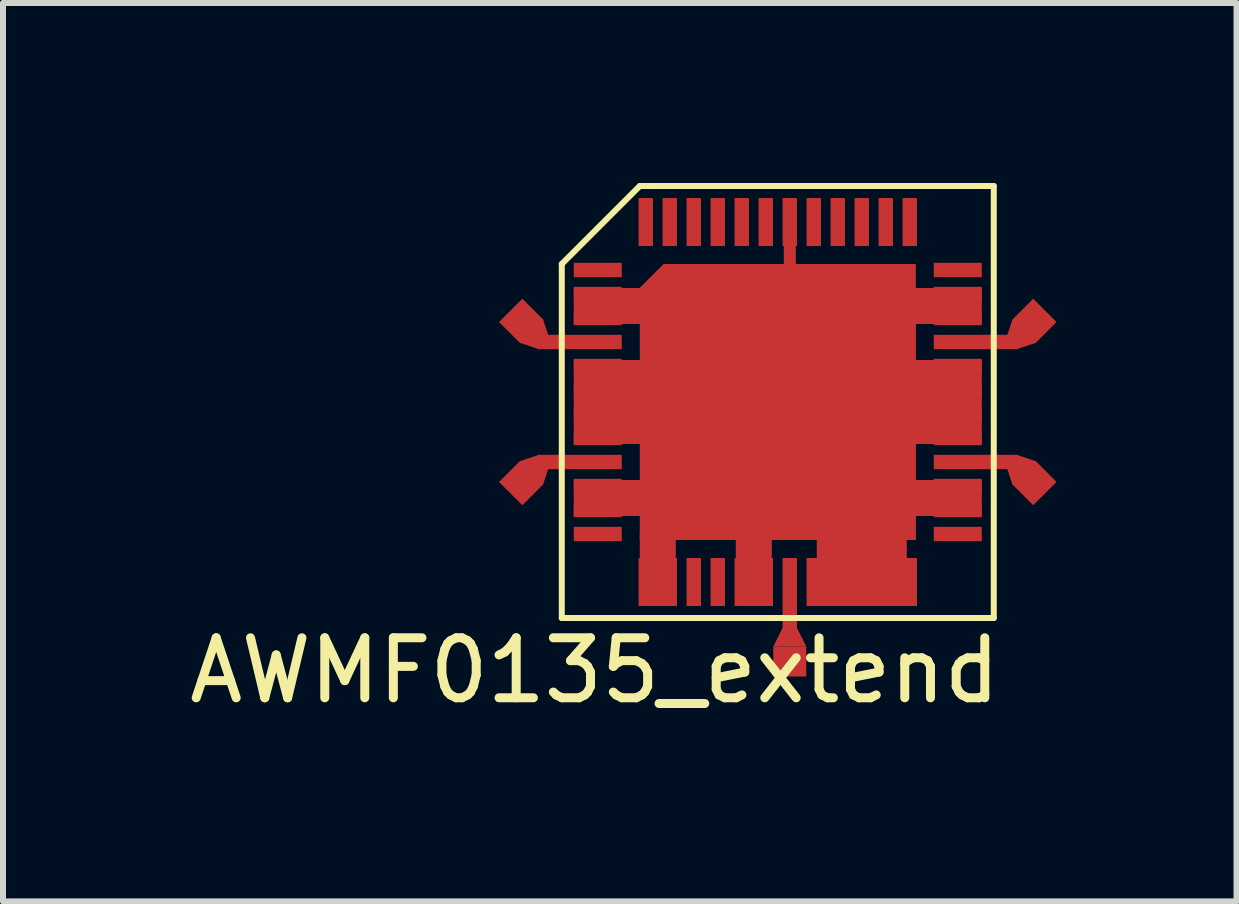
<source format=kicad_pcb>
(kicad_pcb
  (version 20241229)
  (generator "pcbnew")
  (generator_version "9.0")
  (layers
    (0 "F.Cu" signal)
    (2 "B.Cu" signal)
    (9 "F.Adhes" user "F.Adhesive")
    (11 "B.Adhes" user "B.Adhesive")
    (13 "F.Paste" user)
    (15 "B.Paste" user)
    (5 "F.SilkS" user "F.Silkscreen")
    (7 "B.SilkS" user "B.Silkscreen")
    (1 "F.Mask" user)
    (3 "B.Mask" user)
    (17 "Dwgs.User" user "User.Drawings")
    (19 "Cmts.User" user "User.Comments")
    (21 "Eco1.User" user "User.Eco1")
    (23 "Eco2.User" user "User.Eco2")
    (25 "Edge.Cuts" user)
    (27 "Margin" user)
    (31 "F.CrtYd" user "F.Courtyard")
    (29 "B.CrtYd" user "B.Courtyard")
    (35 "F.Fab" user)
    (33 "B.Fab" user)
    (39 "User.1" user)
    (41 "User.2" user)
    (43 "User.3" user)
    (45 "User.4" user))
  (footprint "AWMF0135_extend"
    (layer "F.Cu")
    (at 9.913 3.65)
    (property "Reference" "AWMF0135_extend" (at -3.05 4.475 0) (layer "F.SilkS") (effects (font (size 1 1) (thickness 0.15))))
    (attr through_hole)
    (fp_line (start -3.6 -2.3) (end -3.6 3.6) (stroke (width 0.1) (type solid)) (layer "F.SilkS"))
    (fp_line (start -3.6 3.6) (end 3.6 3.6) (stroke (width 0.1) (type solid)) (layer "F.SilkS"))
    (fp_line (start -2.3 -3.6) (end -3.6 -2.3) (stroke (width 0.1) (type solid)) (layer "F.SilkS"))
    (fp_line (start 3.6 -3.6) (end -2.3 -3.6) (stroke (width 0.1) (type solid)) (layer "F.SilkS"))
    (fp_line (start 3.6 3.6) (end 3.6 -3.6) (stroke (width 0.1) (type solid)) (layer "F.SilkS"))
    (pad "1" smd rect (at -3 -2.2) (size 0.8 0.24) (layers "F.Cu" "F.Mask" "F.Paste"))
    (pad "2" smd rect (at -3 -1.8) (size 0.8 0.24) (layers "F.Cu" "F.Mask" "F.Paste"))
    (pad "2" smd rect (at -2.8 -1.6) (size 1.2 0.6) (layers "F.Cu"))
    (pad "2" smd rect (at -2.8 0) (size 1.2 1.4) (layers "F.Cu"))
    (pad "2" smd rect (at -2.8 1.6) (size 1.2 0.6) (layers "F.Cu"))
    (pad "2" smd rect (at -2 2.8) (size 0.6 1.2) (layers "F.Cu"))
    (pad "2" smd rect (at -1.9 -1.9 45) (size 0.57 0.57) (layers "F.Cu" "F.Mask" "F.Paste"))
    (pad "2" smd rect (at -0.4 2.8) (size 0.6 1.2) (layers "F.Cu"))
    (pad "2" smd rect (at 0 0.2) (size 4.6 4.2) (layers "F.Cu" "F.Mask" "F.Paste"))
    (pad "2" smd rect (at 0.2 0) (size 4.2 4.6) (layers "F.Cu" "F.Mask" "F.Paste"))
    (pad "2" smd rect (at 1.4 2.8) (size 1.5 1.2) (layers "F.Cu"))
    (pad "2" smd rect (at 2.8 -1.6) (size 1.2 0.6) (layers "F.Cu"))
    (pad "2" smd rect (at 2.8 0) (size 1.2 1.4) (layers "F.Cu"))
    (pad "2" smd rect (at 2.8 1.6) (size 1.2 0.6) (layers "F.Cu"))
    (pad "3" smd rect (at -3 -1.4) (size 0.8 0.24) (layers "F.Cu" "F.Mask" "F.Paste"))
    (pad "4" smd rect (at -4.275 -1.35 45) (size 0.55 0.5) (layers "F.Cu" "F.Mask" "F.Paste"))
    (pad "4" smd trapezoid (at -4 -1.075 225) (size 0.4 0.3) (rect_delta 0 0.15) (layers "F.Cu" "F.Mask" "F.Paste"))
    (pad "4" smd rect (at -3.3 -1) (size 1.4 0.24) (layers "F.Cu" "F.Mask" "F.Paste"))
    (pad "5" smd rect (at -3 -0.6) (size 0.8 0.24) (layers "F.Cu" "F.Mask" "F.Paste"))
    (pad "6" smd rect (at -3 -0.2) (size 0.8 0.24) (layers "F.Cu" "F.Mask" "F.Paste"))
    (pad "7" smd rect (at -3 0.2) (size 0.8 0.24) (layers "F.Cu" "F.Mask" "F.Paste"))
    (pad "8" smd rect (at -3 0.6) (size 0.8 0.24) (layers "F.Cu" "F.Mask" "F.Paste"))
    (pad "9" smd rect (at -4.275 1.35 135) (size 0.55 0.5) (layers "F.Cu" "F.Mask" "F.Paste"))
    (pad "9" smd trapezoid (at -4 1.075 315) (size 0.4 0.3) (rect_delta 0 0.15) (layers "F.Cu" "F.Mask" "F.Paste"))
    (pad "9" smd rect (at -3.3 1) (size 1.4 0.24) (layers "F.Cu" "F.Mask" "F.Paste"))
    (pad "10" smd rect (at -3 1.4) (size 0.8 0.24) (layers "F.Cu" "F.Mask" "F.Paste"))
    (pad "11" smd rect (at -3 1.8) (size 0.8 0.24) (layers "F.Cu" "F.Mask" "F.Paste"))
    (pad "12" smd rect (at -3 2.2) (size 0.8 0.24) (layers "F.Cu" "F.Mask" "F.Paste"))
    (pad "13" smd rect (at -2.2 3) (size 0.24 0.8) (layers "F.Cu" "F.Mask" "F.Paste"))
    (pad "14" smd rect (at -1.8 3) (size 0.24 0.8) (layers "F.Cu" "F.Mask" "F.Paste"))
    (pad "15" smd rect (at -1.4 3) (size 0.24 0.8) (layers "F.Cu" "F.Mask" "F.Paste"))
    (pad "16" smd rect (at -1 3) (size 0.24 0.8) (layers "F.Cu" "F.Mask" "F.Paste"))
    (pad "17" smd rect (at -0.6 3) (size 0.24 0.8) (layers "F.Cu" "F.Mask" "F.Paste"))
    (pad "18" smd rect (at -0.2 3) (size 0.24 0.8) (layers "F.Cu" "F.Mask" "F.Paste"))
    (pad "19" smd rect (at 0.2 3.2) (size 0.24 1.2) (layers "F.Cu" "F.Mask" "F.Paste"))
    (pad "19" smd trapezoid (at 0.2 3.925) (size 0.4 0.3) (rect_delta 0 0.15) (layers "F.Cu" "F.Mask" "F.Paste"))
    (pad "19" smd rect (at 0.2 4.325) (size 0.55 0.5) (layers "F.Cu" "F.Mask" "F.Paste"))
    (pad "20" smd rect (at 0.6 3) (size 0.24 0.8) (layers "F.Cu" "F.Mask" "F.Paste"))
    (pad "21" smd rect (at 1 3) (size 0.24 0.8) (layers "F.Cu" "F.Mask" "F.Paste"))
    (pad "22" smd rect (at 1.4 3) (size 0.24 0.8) (layers "F.Cu" "F.Mask" "F.Paste"))
    (pad "23" smd rect (at 1.8 3) (size 0.24 0.8) (layers "F.Cu" "F.Mask" "F.Paste"))
    (pad "24" smd rect (at 2.2 3) (size 0.24 0.8) (layers "F.Cu" "F.Mask" "F.Paste"))
    (pad "25" smd rect (at 3 2.2) (size 0.8 0.24) (layers "F.Cu" "F.Mask" "F.Paste"))
    (pad "26" smd rect (at 3 1.8) (size 0.8 0.24) (layers "F.Cu" "F.Mask" "F.Paste"))
    (pad "27" smd rect (at 3 1.4) (size 0.8 0.24) (layers "F.Cu" "F.Mask" "F.Paste"))
    (pad "28" smd rect (at 3.3 1) (size 1.4 0.24) (layers "F.Cu" "F.Mask" "F.Paste"))
    (pad "28" smd trapezoid (at 4 1.075 45) (size 0.4 0.3) (rect_delta 0 0.15) (layers "F.Cu" "F.Mask" "F.Paste"))
    (pad "28" smd rect (at 4.275 1.35 45) (size 0.55 0.5) (layers "F.Cu" "F.Mask" "F.Paste"))
    (pad "29" smd rect (at 3 0.6) (size 0.8 0.24) (layers "F.Cu" "F.Mask" "F.Paste"))
    (pad "30" smd rect (at 3 0.2) (size 0.8 0.24) (layers "F.Cu" "F.Mask" "F.Paste"))
    (pad "31" smd rect (at 3 -0.2) (size 0.8 0.24) (layers "F.Cu" "F.Mask" "F.Paste"))
    (pad "32" smd rect (at 3 -0.6) (size 0.8 0.24) (layers "F.Cu" "F.Mask" "F.Paste"))
    (pad "33" smd rect (at 3.3 -1) (size 1.4 0.24) (layers "F.Cu" "F.Mask" "F.Paste"))
    (pad "33" smd trapezoid (at 4 -1.075 135) (size 0.4 0.3) (rect_delta 0 0.15) (layers "F.Cu" "F.Mask" "F.Paste"))
    (pad "33" smd rect (at 4.275 -1.35 135) (size 0.55 0.5) (layers "F.Cu" "F.Mask" "F.Paste"))
    (pad "34" smd rect (at 3 -1.4) (size 0.8 0.24) (layers "F.Cu" "F.Mask" "F.Paste"))
    (pad "35" smd rect (at 3 -1.8) (size 0.8 0.24) (layers "F.Cu" "F.Mask" "F.Paste"))
    (pad "36" smd rect (at 3 -2.2) (size 0.8 0.24) (layers "F.Cu" "F.Mask" "F.Paste"))
    (pad "37" smd rect (at 2.2 -3) (size 0.24 0.8) (layers "F.Cu" "F.Mask" "F.Paste"))
    (pad "38" smd rect (at 1.8 -3) (size 0.24 0.8) (layers "F.Cu" "F.Mask" "F.Paste"))
    (pad "39" smd rect (at 1.4 -3) (size 0.24 0.8) (layers "F.Cu" "F.Mask" "F.Paste"))
    (pad "40" smd rect (at 1 -3) (size 0.24 0.8) (layers "F.Cu" "F.Mask" "F.Paste"))
    (pad "41" smd rect (at 0.6 -3) (size 0.24 0.8) (layers "F.Cu" "F.Mask" "F.Paste"))
    (pad "42" smd rect (at 0.2 -3) (size 0.24 0.8) (layers "F.Cu" "F.Mask" "F.Paste"))
    (pad "42" smd rect (at 0.2 -2.8) (size 0.2 1.2) (layers "F.Cu"))
    (pad "43" smd rect (at -0.2 -3) (size 0.24 0.8) (layers "F.Cu" "F.Mask" "F.Paste"))
    (pad "44" smd rect (at -0.6 -3) (size 0.24 0.8) (layers "F.Cu" "F.Mask" "F.Paste"))
    (pad "45" smd rect (at -1 -3) (size 0.24 0.8) (layers "F.Cu" "F.Mask" "F.Paste"))
    (pad "46" smd rect (at -1.4 -3) (size 0.24 0.8) (layers "F.Cu" "F.Mask" "F.Paste"))
    (pad "47" smd rect (at -1.8 -3) (size 0.24 0.8) (layers "F.Cu" "F.Mask" "F.Paste"))
    (pad "48" smd rect (at -2.2 -3) (size 0.24 0.8) (layers "F.Cu" "F.Mask" "F.Paste")))
  (gr_rect
    (start -3 -3)
    (end 17.559 11.973)
    (stroke (width 0.1) (type default))
    (fill no)
    (layer "Edge.Cuts")))
</source>
